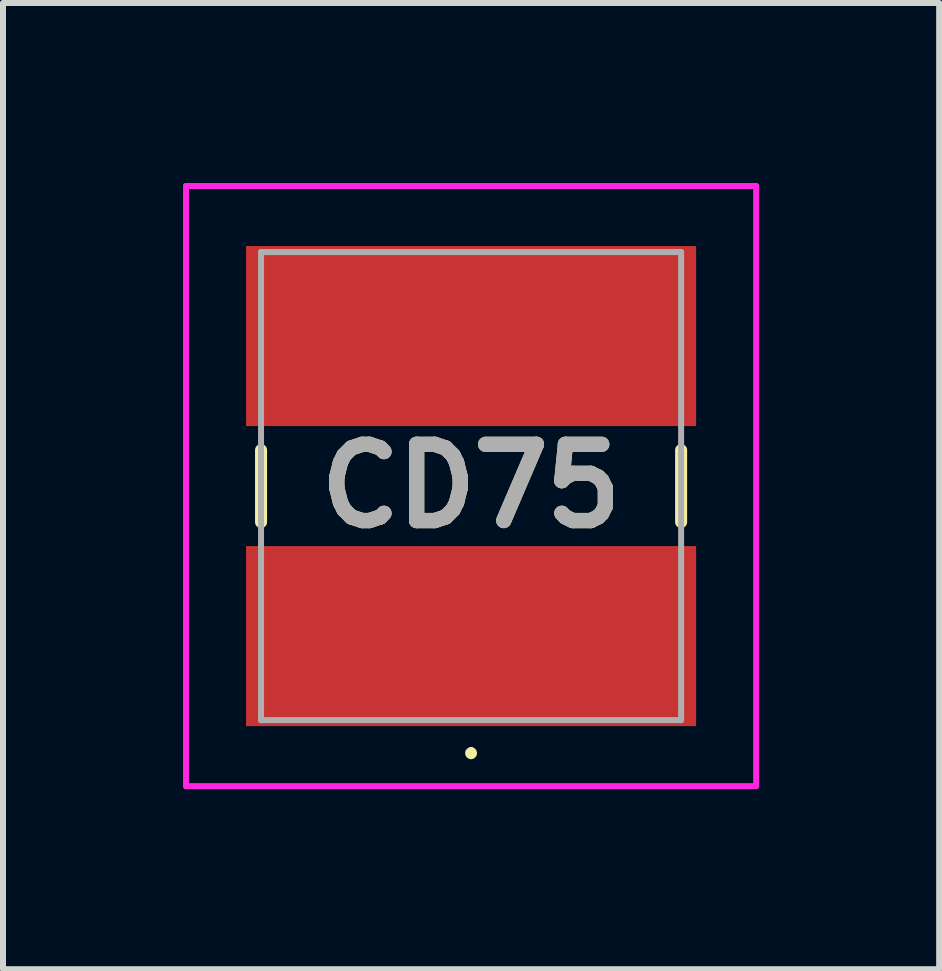
<source format=kicad_pcb>
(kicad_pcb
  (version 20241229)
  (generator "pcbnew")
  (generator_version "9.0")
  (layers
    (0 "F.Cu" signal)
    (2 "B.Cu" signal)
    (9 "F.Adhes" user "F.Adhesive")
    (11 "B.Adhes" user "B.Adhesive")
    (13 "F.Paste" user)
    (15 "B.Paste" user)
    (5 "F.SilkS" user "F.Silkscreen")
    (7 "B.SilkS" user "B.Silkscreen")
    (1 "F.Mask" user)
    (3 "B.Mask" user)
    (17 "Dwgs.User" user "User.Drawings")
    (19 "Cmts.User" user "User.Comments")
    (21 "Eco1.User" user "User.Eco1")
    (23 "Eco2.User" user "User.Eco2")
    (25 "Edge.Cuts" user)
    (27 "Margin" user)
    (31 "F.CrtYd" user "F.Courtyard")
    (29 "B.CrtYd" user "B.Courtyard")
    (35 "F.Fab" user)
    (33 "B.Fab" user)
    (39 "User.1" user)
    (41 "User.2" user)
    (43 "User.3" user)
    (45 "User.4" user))
  (footprint "CD75"
    (layer "F.Cu")
    (at 4.8 5.05)
    (property "Reference" "CD75" (at 0 0 0) (layer "F.SilkS") (effects (font (size 1.27 1.27) (thickness 0.254))))
    (attr smd)
    (fp_line (start -3.5 -0.6) (end -3.5 0.6) (stroke (width 0.2) (type solid)) (layer "F.SilkS"))
    (fp_line (start 0 4.4) (end 0 4.4) (stroke (width 0.1) (type solid)) (layer "F.SilkS"))
    (fp_line (start 0 4.5) (end 0 4.5) (stroke (width 0.1) (type solid)) (layer "F.SilkS"))
    (fp_line (start 3.5 -0.6) (end 3.5 0.6) (stroke (width 0.2) (type solid)) (layer "F.SilkS"))
    (fp_arc (start 0 4.4) (mid 0.05 4.45) (end 0 4.5) (stroke (width 0.1) (type solid)) (layer "F.SilkS"))
    (fp_arc (start 0 4.5) (mid -0.05 4.45) (end 0 4.4) (stroke (width 0.1) (type solid)) (layer "F.SilkS"))
    (fp_line (start -4.75 -5) (end 4.75 -5) (stroke (width 0.1) (type solid)) (layer "F.CrtYd"))
    (fp_line (start -4.75 5) (end -4.75 -5) (stroke (width 0.1) (type solid)) (layer "F.CrtYd"))
    (fp_line (start 4.75 -5) (end 4.75 5) (stroke (width 0.1) (type solid)) (layer "F.CrtYd"))
    (fp_line (start 4.75 5) (end -4.75 5) (stroke (width 0.1) (type solid)) (layer "F.CrtYd"))
    (fp_line (start -3.5 -3.9) (end 3.5 -3.9) (stroke (width 0.1) (type solid)) (layer "F.Fab"))
    (fp_line (start -3.5 3.9) (end -3.5 -3.9) (stroke (width 0.1) (type solid)) (layer "F.Fab"))
    (fp_line (start 3.5 -3.9) (end 3.5 3.9) (stroke (width 0.1) (type solid)) (layer "F.Fab"))
    (fp_line (start 3.5 3.9) (end -3.5 3.9) (stroke (width 0.1) (type solid)) (layer "F.Fab"))
    (fp_text user "${REFERENCE}" (at 0 0 0) (layer "F.Fab") (effects (font (size 1.27 1.27) (thickness 0.254))))
    (pad "1" smd rect (at 0 2.5 90) (size 3 7.5) (layers "F.Cu" "F.Mask" "F.Paste"))
    (pad "2" smd rect (at 0 -2.5 90) (size 3 7.5) (layers "F.Cu" "F.Mask" "F.Paste")))
  (gr_rect
    (start -3 -3)
    (end 12.6 13.1)
    (stroke (width 0.1) (type default))
    (fill no)
    (layer "Edge.Cuts")))
</source>
